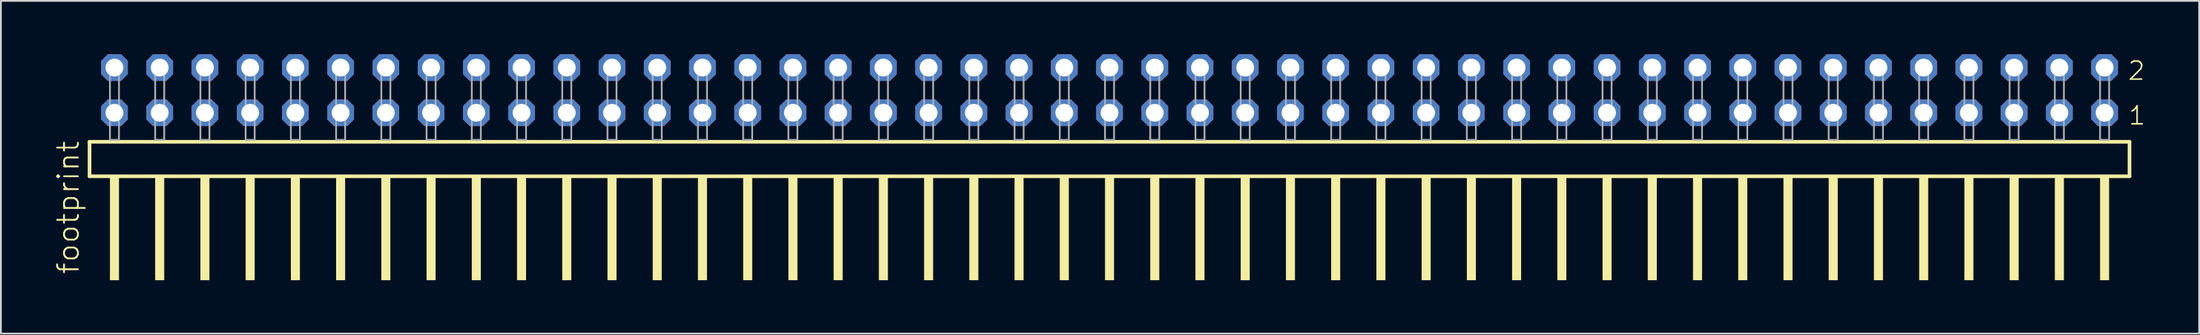
<source format=kicad_pcb>
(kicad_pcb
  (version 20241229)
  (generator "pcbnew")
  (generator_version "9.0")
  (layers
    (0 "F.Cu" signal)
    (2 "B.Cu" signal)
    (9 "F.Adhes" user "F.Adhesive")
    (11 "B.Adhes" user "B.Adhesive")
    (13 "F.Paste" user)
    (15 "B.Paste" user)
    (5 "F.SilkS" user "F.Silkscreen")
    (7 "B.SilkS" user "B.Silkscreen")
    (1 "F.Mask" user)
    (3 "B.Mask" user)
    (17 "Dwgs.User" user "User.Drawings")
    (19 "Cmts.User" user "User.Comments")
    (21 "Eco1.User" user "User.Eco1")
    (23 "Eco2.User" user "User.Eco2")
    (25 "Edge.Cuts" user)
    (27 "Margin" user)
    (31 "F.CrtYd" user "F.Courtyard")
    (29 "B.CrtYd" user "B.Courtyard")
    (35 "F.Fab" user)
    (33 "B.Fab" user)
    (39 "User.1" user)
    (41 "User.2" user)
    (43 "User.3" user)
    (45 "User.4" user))
  (footprint "footprint"
    (layer "F.Cu")
    (at 59.258 4.814)
    (property "Reference" "footprint" (at -57.785 7.62 90) (layer "F.SilkS") (effects (font (size 1.168 1.168) (thickness 0.102)) (justify left bottom)))
    (fp_line (start -57.279 0.106) (end -57.279 2.046) (stroke (width 0.203) (type solid)) (layer "F.SilkS"))
    (fp_line (start -57.279 2.046) (end 57.279 2.046) (stroke (width 0.203) (type solid)) (layer "F.SilkS"))
    (fp_line (start 57.279 0.106) (end -57.279 0.106) (stroke (width 0.203) (type solid)) (layer "F.SilkS"))
    (fp_line (start 57.279 2.046) (end 57.279 0.106) (stroke (width 0.203) (type solid)) (layer "F.SilkS"))
    (fp_poly (pts (xy -56.134 7.89) (xy -55.626 7.89) (xy -55.626 2.04) (xy -56.134 2.04)) (stroke (width 0) (type solid)) (fill yes) (layer "F.SilkS"))
    (fp_poly (pts (xy -53.594 7.89) (xy -53.086 7.89) (xy -53.086 2.04) (xy -53.594 2.04)) (stroke (width 0) (type solid)) (fill yes) (layer "F.SilkS"))
    (fp_poly (pts (xy -51.054 7.89) (xy -50.546 7.89) (xy -50.546 2.04) (xy -51.054 2.04)) (stroke (width 0) (type solid)) (fill yes) (layer "F.SilkS"))
    (fp_poly (pts (xy -48.514 7.89) (xy -48.006 7.89) (xy -48.006 2.04) (xy -48.514 2.04)) (stroke (width 0) (type solid)) (fill yes) (layer "F.SilkS"))
    (fp_poly (pts (xy -45.974 7.89) (xy -45.466 7.89) (xy -45.466 2.04) (xy -45.974 2.04)) (stroke (width 0) (type solid)) (fill yes) (layer "F.SilkS"))
    (fp_poly (pts (xy -43.434 7.89) (xy -42.926 7.89) (xy -42.926 2.04) (xy -43.434 2.04)) (stroke (width 0) (type solid)) (fill yes) (layer "F.SilkS"))
    (fp_poly (pts (xy -40.894 7.89) (xy -40.386 7.89) (xy -40.386 2.04) (xy -40.894 2.04)) (stroke (width 0) (type solid)) (fill yes) (layer "F.SilkS"))
    (fp_poly (pts (xy -38.354 7.89) (xy -37.846 7.89) (xy -37.846 2.04) (xy -38.354 2.04)) (stroke (width 0) (type solid)) (fill yes) (layer "F.SilkS"))
    (fp_poly (pts (xy -35.814 7.89) (xy -35.306 7.89) (xy -35.306 2.04) (xy -35.814 2.04)) (stroke (width 0) (type solid)) (fill yes) (layer "F.SilkS"))
    (fp_poly (pts (xy -33.274 7.89) (xy -32.766 7.89) (xy -32.766 2.04) (xy -33.274 2.04)) (stroke (width 0) (type solid)) (fill yes) (layer "F.SilkS"))
    (fp_poly (pts (xy -30.734 7.89) (xy -30.226 7.89) (xy -30.226 2.04) (xy -30.734 2.04)) (stroke (width 0) (type solid)) (fill yes) (layer "F.SilkS"))
    (fp_poly (pts (xy -28.194 7.89) (xy -27.686 7.89) (xy -27.686 2.04) (xy -28.194 2.04)) (stroke (width 0) (type solid)) (fill yes) (layer "F.SilkS"))
    (fp_poly (pts (xy -25.654 7.89) (xy -25.146 7.89) (xy -25.146 2.04) (xy -25.654 2.04)) (stroke (width 0) (type solid)) (fill yes) (layer "F.SilkS"))
    (fp_poly (pts (xy -23.114 7.89) (xy -22.606 7.89) (xy -22.606 2.04) (xy -23.114 2.04)) (stroke (width 0) (type solid)) (fill yes) (layer "F.SilkS"))
    (fp_poly (pts (xy -20.574 7.89) (xy -20.066 7.89) (xy -20.066 2.04) (xy -20.574 2.04)) (stroke (width 0) (type solid)) (fill yes) (layer "F.SilkS"))
    (fp_poly (pts (xy -18.034 7.89) (xy -17.526 7.89) (xy -17.526 2.04) (xy -18.034 2.04)) (stroke (width 0) (type solid)) (fill yes) (layer "F.SilkS"))
    (fp_poly (pts (xy -15.494 7.89) (xy -14.986 7.89) (xy -14.986 2.04) (xy -15.494 2.04)) (stroke (width 0) (type solid)) (fill yes) (layer "F.SilkS"))
    (fp_poly (pts (xy -12.954 7.89) (xy -12.446 7.89) (xy -12.446 2.04) (xy -12.954 2.04)) (stroke (width 0) (type solid)) (fill yes) (layer "F.SilkS"))
    (fp_poly (pts (xy -10.414 7.89) (xy -9.906 7.89) (xy -9.906 2.04) (xy -10.414 2.04)) (stroke (width 0) (type solid)) (fill yes) (layer "F.SilkS"))
    (fp_poly (pts (xy -7.874 7.89) (xy -7.366 7.89) (xy -7.366 2.04) (xy -7.874 2.04)) (stroke (width 0) (type solid)) (fill yes) (layer "F.SilkS"))
    (fp_poly (pts (xy -5.334 7.89) (xy -4.826 7.89) (xy -4.826 2.04) (xy -5.334 2.04)) (stroke (width 0) (type solid)) (fill yes) (layer "F.SilkS"))
    (fp_poly (pts (xy -2.794 7.89) (xy -2.286 7.89) (xy -2.286 2.04) (xy -2.794 2.04)) (stroke (width 0) (type solid)) (fill yes) (layer "F.SilkS"))
    (fp_poly (pts (xy -0.254 7.89) (xy 0.254 7.89) (xy 0.254 2.04) (xy -0.254 2.04)) (stroke (width 0) (type solid)) (fill yes) (layer "F.SilkS"))
    (fp_poly (pts (xy 2.286 7.89) (xy 2.794 7.89) (xy 2.794 2.04) (xy 2.286 2.04)) (stroke (width 0) (type solid)) (fill yes) (layer "F.SilkS"))
    (fp_poly (pts (xy 4.826 7.89) (xy 5.334 7.89) (xy 5.334 2.04) (xy 4.826 2.04)) (stroke (width 0) (type solid)) (fill yes) (layer "F.SilkS"))
    (fp_poly (pts (xy 7.366 7.89) (xy 7.874 7.89) (xy 7.874 2.04) (xy 7.366 2.04)) (stroke (width 0) (type solid)) (fill yes) (layer "F.SilkS"))
    (fp_poly (pts (xy 9.906 7.89) (xy 10.414 7.89) (xy 10.414 2.04) (xy 9.906 2.04)) (stroke (width 0) (type solid)) (fill yes) (layer "F.SilkS"))
    (fp_poly (pts (xy 12.446 7.89) (xy 12.954 7.89) (xy 12.954 2.04) (xy 12.446 2.04)) (stroke (width 0) (type solid)) (fill yes) (layer "F.SilkS"))
    (fp_poly (pts (xy 14.986 7.89) (xy 15.494 7.89) (xy 15.494 2.04) (xy 14.986 2.04)) (stroke (width 0) (type solid)) (fill yes) (layer "F.SilkS"))
    (fp_poly (pts (xy 17.526 7.89) (xy 18.034 7.89) (xy 18.034 2.04) (xy 17.526 2.04)) (stroke (width 0) (type solid)) (fill yes) (layer "F.SilkS"))
    (fp_poly (pts (xy 20.066 7.89) (xy 20.574 7.89) (xy 20.574 2.04) (xy 20.066 2.04)) (stroke (width 0) (type solid)) (fill yes) (layer "F.SilkS"))
    (fp_poly (pts (xy 22.606 7.89) (xy 23.114 7.89) (xy 23.114 2.04) (xy 22.606 2.04)) (stroke (width 0) (type solid)) (fill yes) (layer "F.SilkS"))
    (fp_poly (pts (xy 25.146 7.89) (xy 25.654 7.89) (xy 25.654 2.04) (xy 25.146 2.04)) (stroke (width 0) (type solid)) (fill yes) (layer "F.SilkS"))
    (fp_poly (pts (xy 27.686 7.89) (xy 28.194 7.89) (xy 28.194 2.04) (xy 27.686 2.04)) (stroke (width 0) (type solid)) (fill yes) (layer "F.SilkS"))
    (fp_poly (pts (xy 30.226 7.89) (xy 30.734 7.89) (xy 30.734 2.04) (xy 30.226 2.04)) (stroke (width 0) (type solid)) (fill yes) (layer "F.SilkS"))
    (fp_poly (pts (xy 32.766 7.89) (xy 33.274 7.89) (xy 33.274 2.04) (xy 32.766 2.04)) (stroke (width 0) (type solid)) (fill yes) (layer "F.SilkS"))
    (fp_poly (pts (xy 35.306 7.89) (xy 35.814 7.89) (xy 35.814 2.04) (xy 35.306 2.04)) (stroke (width 0) (type solid)) (fill yes) (layer "F.SilkS"))
    (fp_poly (pts (xy 37.846 7.89) (xy 38.354 7.89) (xy 38.354 2.04) (xy 37.846 2.04)) (stroke (width 0) (type solid)) (fill yes) (layer "F.SilkS"))
    (fp_poly (pts (xy 40.386 7.89) (xy 40.894 7.89) (xy 40.894 2.04) (xy 40.386 2.04)) (stroke (width 0) (type solid)) (fill yes) (layer "F.SilkS"))
    (fp_poly (pts (xy 42.926 7.89) (xy 43.434 7.89) (xy 43.434 2.04) (xy 42.926 2.04)) (stroke (width 0) (type solid)) (fill yes) (layer "F.SilkS"))
    (fp_poly (pts (xy 45.466 7.89) (xy 45.974 7.89) (xy 45.974 2.04) (xy 45.466 2.04)) (stroke (width 0) (type solid)) (fill yes) (layer "F.SilkS"))
    (fp_poly (pts (xy 48.006 7.89) (xy 48.514 7.89) (xy 48.514 2.04) (xy 48.006 2.04)) (stroke (width 0) (type solid)) (fill yes) (layer "F.SilkS"))
    (fp_poly (pts (xy 50.546 7.89) (xy 51.054 7.89) (xy 51.054 2.04) (xy 50.546 2.04)) (stroke (width 0) (type solid)) (fill yes) (layer "F.SilkS"))
    (fp_poly (pts (xy 53.086 7.89) (xy 53.594 7.89) (xy 53.594 2.04) (xy 53.086 2.04)) (stroke (width 0) (type solid)) (fill yes) (layer "F.SilkS"))
    (fp_poly (pts (xy 55.626 7.89) (xy 56.134 7.89) (xy 56.134 2.04) (xy 55.626 2.04)) (stroke (width 0) (type solid)) (fill yes) (layer "F.SilkS"))
    (fp_poly (pts (xy -56.134 0) (xy -55.626 0) (xy -55.626 -4.318) (xy -56.134 -4.318)) (stroke (width 0.1) (type solid)) (fill no) (layer "F.Fab"))
    (fp_poly (pts (xy -53.594 0) (xy -53.086 0) (xy -53.086 -4.318) (xy -53.594 -4.318)) (stroke (width 0.1) (type solid)) (fill no) (layer "F.Fab"))
    (fp_poly (pts (xy -51.054 0) (xy -50.546 0) (xy -50.546 -4.318) (xy -51.054 -4.318)) (stroke (width 0.1) (type solid)) (fill no) (layer "F.Fab"))
    (fp_poly (pts (xy -48.514 0) (xy -48.006 0) (xy -48.006 -4.318) (xy -48.514 -4.318)) (stroke (width 0.1) (type solid)) (fill no) (layer "F.Fab"))
    (fp_poly (pts (xy -45.974 0) (xy -45.466 0) (xy -45.466 -4.318) (xy -45.974 -4.318)) (stroke (width 0.1) (type solid)) (fill no) (layer "F.Fab"))
    (fp_poly (pts (xy -43.434 0) (xy -42.926 0) (xy -42.926 -4.318) (xy -43.434 -4.318)) (stroke (width 0.1) (type solid)) (fill no) (layer "F.Fab"))
    (fp_poly (pts (xy -40.894 0) (xy -40.386 0) (xy -40.386 -4.318) (xy -40.894 -4.318)) (stroke (width 0.1) (type solid)) (fill no) (layer "F.Fab"))
    (fp_poly (pts (xy -38.354 0) (xy -37.846 0) (xy -37.846 -4.318) (xy -38.354 -4.318)) (stroke (width 0.1) (type solid)) (fill no) (layer "F.Fab"))
    (fp_poly (pts (xy -35.814 0) (xy -35.306 0) (xy -35.306 -4.318) (xy -35.814 -4.318)) (stroke (width 0.1) (type solid)) (fill no) (layer "F.Fab"))
    (fp_poly (pts (xy -33.274 0) (xy -32.766 0) (xy -32.766 -4.318) (xy -33.274 -4.318)) (stroke (width 0.1) (type solid)) (fill no) (layer "F.Fab"))
    (fp_poly (pts (xy -30.734 0) (xy -30.226 0) (xy -30.226 -4.318) (xy -30.734 -4.318)) (stroke (width 0.1) (type solid)) (fill no) (layer "F.Fab"))
    (fp_poly (pts (xy -28.194 0) (xy -27.686 0) (xy -27.686 -4.318) (xy -28.194 -4.318)) (stroke (width 0.1) (type solid)) (fill no) (layer "F.Fab"))
    (fp_poly (pts (xy -25.654 0) (xy -25.146 0) (xy -25.146 -4.318) (xy -25.654 -4.318)) (stroke (width 0.1) (type solid)) (fill no) (layer "F.Fab"))
    (fp_poly (pts (xy -23.114 0) (xy -22.606 0) (xy -22.606 -4.318) (xy -23.114 -4.318)) (stroke (width 0.1) (type solid)) (fill no) (layer "F.Fab"))
    (fp_poly (pts (xy -20.574 0) (xy -20.066 0) (xy -20.066 -4.318) (xy -20.574 -4.318)) (stroke (width 0.1) (type solid)) (fill no) (layer "F.Fab"))
    (fp_poly (pts (xy -18.034 0) (xy -17.526 0) (xy -17.526 -4.318) (xy -18.034 -4.318)) (stroke (width 0.1) (type solid)) (fill no) (layer "F.Fab"))
    (fp_poly (pts (xy -15.494 0) (xy -14.986 0) (xy -14.986 -4.318) (xy -15.494 -4.318)) (stroke (width 0.1) (type solid)) (fill no) (layer "F.Fab"))
    (fp_poly (pts (xy -12.954 0) (xy -12.446 0) (xy -12.446 -4.318) (xy -12.954 -4.318)) (stroke (width 0.1) (type solid)) (fill no) (layer "F.Fab"))
    (fp_poly (pts (xy -10.414 0) (xy -9.906 0) (xy -9.906 -4.318) (xy -10.414 -4.318)) (stroke (width 0.1) (type solid)) (fill no) (layer "F.Fab"))
    (fp_poly (pts (xy -7.874 0) (xy -7.366 0) (xy -7.366 -4.318) (xy -7.874 -4.318)) (stroke (width 0.1) (type solid)) (fill no) (layer "F.Fab"))
    (fp_poly (pts (xy -5.334 0) (xy -4.826 0) (xy -4.826 -4.318) (xy -5.334 -4.318)) (stroke (width 0.1) (type solid)) (fill no) (layer "F.Fab"))
    (fp_poly (pts (xy -2.794 0) (xy -2.286 0) (xy -2.286 -4.318) (xy -2.794 -4.318)) (stroke (width 0.1) (type solid)) (fill no) (layer "F.Fab"))
    (fp_poly (pts (xy -0.254 0) (xy 0.254 0) (xy 0.254 -4.318) (xy -0.254 -4.318)) (stroke (width 0.1) (type solid)) (fill no) (layer "F.Fab"))
    (fp_poly (pts (xy 2.286 0) (xy 2.794 0) (xy 2.794 -4.318) (xy 2.286 -4.318)) (stroke (width 0.1) (type solid)) (fill no) (layer "F.Fab"))
    (fp_poly (pts (xy 4.826 0) (xy 5.334 0) (xy 5.334 -4.318) (xy 4.826 -4.318)) (stroke (width 0.1) (type solid)) (fill no) (layer "F.Fab"))
    (fp_poly (pts (xy 7.366 0) (xy 7.874 0) (xy 7.874 -4.318) (xy 7.366 -4.318)) (stroke (width 0.1) (type solid)) (fill no) (layer "F.Fab"))
    (fp_poly (pts (xy 9.906 0) (xy 10.414 0) (xy 10.414 -4.318) (xy 9.906 -4.318)) (stroke (width 0.1) (type solid)) (fill no) (layer "F.Fab"))
    (fp_poly (pts (xy 12.446 0) (xy 12.954 0) (xy 12.954 -4.318) (xy 12.446 -4.318)) (stroke (width 0.1) (type solid)) (fill no) (layer "F.Fab"))
    (fp_poly (pts (xy 14.986 0) (xy 15.494 0) (xy 15.494 -4.318) (xy 14.986 -4.318)) (stroke (width 0.1) (type solid)) (fill no) (layer "F.Fab"))
    (fp_poly (pts (xy 17.526 0) (xy 18.034 0) (xy 18.034 -4.318) (xy 17.526 -4.318)) (stroke (width 0.1) (type solid)) (fill no) (layer "F.Fab"))
    (fp_poly (pts (xy 20.066 0) (xy 20.574 0) (xy 20.574 -4.318) (xy 20.066 -4.318)) (stroke (width 0.1) (type solid)) (fill no) (layer "F.Fab"))
    (fp_poly (pts (xy 22.606 0) (xy 23.114 0) (xy 23.114 -4.318) (xy 22.606 -4.318)) (stroke (width 0.1) (type solid)) (fill no) (layer "F.Fab"))
    (fp_poly (pts (xy 25.146 0) (xy 25.654 0) (xy 25.654 -4.318) (xy 25.146 -4.318)) (stroke (width 0.1) (type solid)) (fill no) (layer "F.Fab"))
    (fp_poly (pts (xy 27.686 0) (xy 28.194 0) (xy 28.194 -4.318) (xy 27.686 -4.318)) (stroke (width 0.1) (type solid)) (fill no) (layer "F.Fab"))
    (fp_poly (pts (xy 30.226 0) (xy 30.734 0) (xy 30.734 -4.318) (xy 30.226 -4.318)) (stroke (width 0.1) (type solid)) (fill no) (layer "F.Fab"))
    (fp_poly (pts (xy 32.766 0) (xy 33.274 0) (xy 33.274 -4.318) (xy 32.766 -4.318)) (stroke (width 0.1) (type solid)) (fill no) (layer "F.Fab"))
    (fp_poly (pts (xy 35.306 0) (xy 35.814 0) (xy 35.814 -4.318) (xy 35.306 -4.318)) (stroke (width 0.1) (type solid)) (fill no) (layer "F.Fab"))
    (fp_poly (pts (xy 37.846 0) (xy 38.354 0) (xy 38.354 -4.318) (xy 37.846 -4.318)) (stroke (width 0.1) (type solid)) (fill no) (layer "F.Fab"))
    (fp_poly (pts (xy 40.386 0) (xy 40.894 0) (xy 40.894 -4.318) (xy 40.386 -4.318)) (stroke (width 0.1) (type solid)) (fill no) (layer "F.Fab"))
    (fp_poly (pts (xy 42.926 0) (xy 43.434 0) (xy 43.434 -4.318) (xy 42.926 -4.318)) (stroke (width 0.1) (type solid)) (fill no) (layer "F.Fab"))
    (fp_poly (pts (xy 45.466 0) (xy 45.974 0) (xy 45.974 -4.318) (xy 45.466 -4.318)) (stroke (width 0.1) (type solid)) (fill no) (layer "F.Fab"))
    (fp_poly (pts (xy 48.006 0) (xy 48.514 0) (xy 48.514 -4.318) (xy 48.006 -4.318)) (stroke (width 0.1) (type solid)) (fill no) (layer "F.Fab"))
    (fp_poly (pts (xy 50.546 0) (xy 51.054 0) (xy 51.054 -4.318) (xy 50.546 -4.318)) (stroke (width 0.1) (type solid)) (fill no) (layer "F.Fab"))
    (fp_poly (pts (xy 53.086 0) (xy 53.594 0) (xy 53.594 -4.318) (xy 53.086 -4.318)) (stroke (width 0.1) (type solid)) (fill no) (layer "F.Fab"))
    (fp_poly (pts (xy 55.626 0) (xy 56.134 0) (xy 56.134 -4.318) (xy 55.626 -4.318)) (stroke (width 0.1) (type solid)) (fill no) (layer "F.Fab"))
    (fp_text user "2" (at 57.13 -3.29 0) (layer "F.SilkS") (effects (font (size 1.012 1.012) (thickness 0.088)) (justify left bottom)))
    (fp_text user "1" (at 57.165 -0.775 0) (layer "F.SilkS") (effects (font (size 1.012 1.012) (thickness 0.088)) (justify left bottom)))
    (pad "1" thru_hole roundrect (at 55.88 -1.524 180) (size 1.5 1.5) (drill 1) (layers "*.Cu" "*.Mask") (roundrect_rratio 0.25) (chamfer_ratio 0.25) (chamfer top_left top_right bottom_left bottom_right))
    (pad "2" thru_hole roundrect (at 55.88 -4.064 180) (size 1.5 1.5) (drill 1) (layers "*.Cu" "*.Mask") (roundrect_rratio 0.25) (chamfer_ratio 0.25) (chamfer top_left top_right bottom_left bottom_right))
    (pad "3" thru_hole roundrect (at 53.34 -1.524 180) (size 1.5 1.5) (drill 1) (layers "*.Cu" "*.Mask") (roundrect_rratio 0.25) (chamfer_ratio 0.25) (chamfer top_left top_right bottom_left bottom_right))
    (pad "4" thru_hole roundrect (at 53.34 -4.064 180) (size 1.5 1.5) (drill 1) (layers "*.Cu" "*.Mask") (roundrect_rratio 0.25) (chamfer_ratio 0.25) (chamfer top_left top_right bottom_left bottom_right))
    (pad "5" thru_hole roundrect (at 50.8 -1.524 180) (size 1.5 1.5) (drill 1) (layers "*.Cu" "*.Mask") (roundrect_rratio 0.25) (chamfer_ratio 0.25) (chamfer top_left top_right bottom_left bottom_right))
    (pad "6" thru_hole roundrect (at 50.8 -4.064 180) (size 1.5 1.5) (drill 1) (layers "*.Cu" "*.Mask") (roundrect_rratio 0.25) (chamfer_ratio 0.25) (chamfer top_left top_right bottom_left bottom_right))
    (pad "7" thru_hole roundrect (at 48.26 -1.524 180) (size 1.5 1.5) (drill 1) (layers "*.Cu" "*.Mask") (roundrect_rratio 0.25) (chamfer_ratio 0.25) (chamfer top_left top_right bottom_left bottom_right))
    (pad "8" thru_hole roundrect (at 48.26 -4.064 180) (size 1.5 1.5) (drill 1) (layers "*.Cu" "*.Mask") (roundrect_rratio 0.25) (chamfer_ratio 0.25) (chamfer top_left top_right bottom_left bottom_right))
    (pad "9" thru_hole roundrect (at 45.72 -1.524 180) (size 1.5 1.5) (drill 1) (layers "*.Cu" "*.Mask") (roundrect_rratio 0.25) (chamfer_ratio 0.25) (chamfer top_left top_right bottom_left bottom_right))
    (pad "10" thru_hole roundrect (at 45.72 -4.064 180) (size 1.5 1.5) (drill 1) (layers "*.Cu" "*.Mask") (roundrect_rratio 0.25) (chamfer_ratio 0.25) (chamfer top_left top_right bottom_left bottom_right))
    (pad "11" thru_hole roundrect (at 43.18 -1.524 180) (size 1.5 1.5) (drill 1) (layers "*.Cu" "*.Mask") (roundrect_rratio 0.25) (chamfer_ratio 0.25) (chamfer top_left top_right bottom_left bottom_right))
    (pad "12" thru_hole roundrect (at 43.18 -4.064 180) (size 1.5 1.5) (drill 1) (layers "*.Cu" "*.Mask") (roundrect_rratio 0.25) (chamfer_ratio 0.25) (chamfer top_left top_right bottom_left bottom_right))
    (pad "13" thru_hole roundrect (at 40.64 -1.524 180) (size 1.5 1.5) (drill 1) (layers "*.Cu" "*.Mask") (roundrect_rratio 0.25) (chamfer_ratio 0.25) (chamfer top_left top_right bottom_left bottom_right))
    (pad "14" thru_hole roundrect (at 40.64 -4.064 180) (size 1.5 1.5) (drill 1) (layers "*.Cu" "*.Mask") (roundrect_rratio 0.25) (chamfer_ratio 0.25) (chamfer top_left top_right bottom_left bottom_right))
    (pad "15" thru_hole roundrect (at 38.1 -1.524 180) (size 1.5 1.5) (drill 1) (layers "*.Cu" "*.Mask") (roundrect_rratio 0.25) (chamfer_ratio 0.25) (chamfer top_left top_right bottom_left bottom_right))
    (pad "16" thru_hole roundrect (at 38.1 -4.064 180) (size 1.5 1.5) (drill 1) (layers "*.Cu" "*.Mask") (roundrect_rratio 0.25) (chamfer_ratio 0.25) (chamfer top_left top_right bottom_left bottom_right))
    (pad "17" thru_hole roundrect (at 35.56 -1.524 180) (size 1.5 1.5) (drill 1) (layers "*.Cu" "*.Mask") (roundrect_rratio 0.25) (chamfer_ratio 0.25) (chamfer top_left top_right bottom_left bottom_right))
    (pad "18" thru_hole roundrect (at 35.56 -4.064 180) (size 1.5 1.5) (drill 1) (layers "*.Cu" "*.Mask") (roundrect_rratio 0.25) (chamfer_ratio 0.25) (chamfer top_left top_right bottom_left bottom_right))
    (pad "19" thru_hole roundrect (at 33.02 -1.524 180) (size 1.5 1.5) (drill 1) (layers "*.Cu" "*.Mask") (roundrect_rratio 0.25) (chamfer_ratio 0.25) (chamfer top_left top_right bottom_left bottom_right))
    (pad "20" thru_hole roundrect (at 33.02 -4.064 180) (size 1.5 1.5) (drill 1) (layers "*.Cu" "*.Mask") (roundrect_rratio 0.25) (chamfer_ratio 0.25) (chamfer top_left top_right bottom_left bottom_right))
    (pad "21" thru_hole roundrect (at 30.48 -1.524 180) (size 1.5 1.5) (drill 1) (layers "*.Cu" "*.Mask") (roundrect_rratio 0.25) (chamfer_ratio 0.25) (chamfer top_left top_right bottom_left bottom_right))
    (pad "22" thru_hole roundrect (at 30.48 -4.064 180) (size 1.5 1.5) (drill 1) (layers "*.Cu" "*.Mask") (roundrect_rratio 0.25) (chamfer_ratio 0.25) (chamfer top_left top_right bottom_left bottom_right))
    (pad "23" thru_hole roundrect (at 27.94 -1.524 180) (size 1.5 1.5) (drill 1) (layers "*.Cu" "*.Mask") (roundrect_rratio 0.25) (chamfer_ratio 0.25) (chamfer top_left top_right bottom_left bottom_right))
    (pad "24" thru_hole roundrect (at 27.94 -4.064 180) (size 1.5 1.5) (drill 1) (layers "*.Cu" "*.Mask") (roundrect_rratio 0.25) (chamfer_ratio 0.25) (chamfer top_left top_right bottom_left bottom_right))
    (pad "25" thru_hole roundrect (at 25.4 -1.524 180) (size 1.5 1.5) (drill 1) (layers "*.Cu" "*.Mask") (roundrect_rratio 0.25) (chamfer_ratio 0.25) (chamfer top_left top_right bottom_left bottom_right))
    (pad "26" thru_hole roundrect (at 25.4 -4.064 180) (size 1.5 1.5) (drill 1) (layers "*.Cu" "*.Mask") (roundrect_rratio 0.25) (chamfer_ratio 0.25) (chamfer top_left top_right bottom_left bottom_right))
    (pad "27" thru_hole roundrect (at 22.86 -1.524 180) (size 1.5 1.5) (drill 1) (layers "*.Cu" "*.Mask") (roundrect_rratio 0.25) (chamfer_ratio 0.25) (chamfer top_left top_right bottom_left bottom_right))
    (pad "28" thru_hole roundrect (at 22.86 -4.064 180) (size 1.5 1.5) (drill 1) (layers "*.Cu" "*.Mask") (roundrect_rratio 0.25) (chamfer_ratio 0.25) (chamfer top_left top_right bottom_left bottom_right))
    (pad "29" thru_hole roundrect (at 20.32 -1.524 180) (size 1.5 1.5) (drill 1) (layers "*.Cu" "*.Mask") (roundrect_rratio 0.25) (chamfer_ratio 0.25) (chamfer top_left top_right bottom_left bottom_right))
    (pad "30" thru_hole roundrect (at 20.32 -4.064 180) (size 1.5 1.5) (drill 1) (layers "*.Cu" "*.Mask") (roundrect_rratio 0.25) (chamfer_ratio 0.25) (chamfer top_left top_right bottom_left bottom_right))
    (pad "31" thru_hole roundrect (at 17.78 -1.524 180) (size 1.5 1.5) (drill 1) (layers "*.Cu" "*.Mask") (roundrect_rratio 0.25) (chamfer_ratio 0.25) (chamfer top_left top_right bottom_left bottom_right))
    (pad "32" thru_hole roundrect (at 17.78 -4.064 180) (size 1.5 1.5) (drill 1) (layers "*.Cu" "*.Mask") (roundrect_rratio 0.25) (chamfer_ratio 0.25) (chamfer top_left top_right bottom_left bottom_right))
    (pad "33" thru_hole roundrect (at 15.24 -1.524 180) (size 1.5 1.5) (drill 1) (layers "*.Cu" "*.Mask") (roundrect_rratio 0.25) (chamfer_ratio 0.25) (chamfer top_left top_right bottom_left bottom_right))
    (pad "34" thru_hole roundrect (at 15.24 -4.064 180) (size 1.5 1.5) (drill 1) (layers "*.Cu" "*.Mask") (roundrect_rratio 0.25) (chamfer_ratio 0.25) (chamfer top_left top_right bottom_left bottom_right))
    (pad "35" thru_hole roundrect (at 12.7 -1.524 180) (size 1.5 1.5) (drill 1) (layers "*.Cu" "*.Mask") (roundrect_rratio 0.25) (chamfer_ratio 0.25) (chamfer top_left top_right bottom_left bottom_right))
    (pad "36" thru_hole roundrect (at 12.7 -4.064 180) (size 1.5 1.5) (drill 1) (layers "*.Cu" "*.Mask") (roundrect_rratio 0.25) (chamfer_ratio 0.25) (chamfer top_left top_right bottom_left bottom_right))
    (pad "37" thru_hole roundrect (at 10.16 -1.524 180) (size 1.5 1.5) (drill 1) (layers "*.Cu" "*.Mask") (roundrect_rratio 0.25) (chamfer_ratio 0.25) (chamfer top_left top_right bottom_left bottom_right))
    (pad "38" thru_hole roundrect (at 10.16 -4.064 180) (size 1.5 1.5) (drill 1) (layers "*.Cu" "*.Mask") (roundrect_rratio 0.25) (chamfer_ratio 0.25) (chamfer top_left top_right bottom_left bottom_right))
    (pad "39" thru_hole roundrect (at 7.62 -1.524 180) (size 1.5 1.5) (drill 1) (layers "*.Cu" "*.Mask") (roundrect_rratio 0.25) (chamfer_ratio 0.25) (chamfer top_left top_right bottom_left bottom_right))
    (pad "40" thru_hole roundrect (at 7.62 -4.064 180) (size 1.5 1.5) (drill 1) (layers "*.Cu" "*.Mask") (roundrect_rratio 0.25) (chamfer_ratio 0.25) (chamfer top_left top_right bottom_left bottom_right))
    (pad "41" thru_hole roundrect (at 5.08 -1.524 180) (size 1.5 1.5) (drill 1) (layers "*.Cu" "*.Mask") (roundrect_rratio 0.25) (chamfer_ratio 0.25) (chamfer top_left top_right bottom_left bottom_right))
    (pad "42" thru_hole roundrect (at 5.08 -4.064 180) (size 1.5 1.5) (drill 1) (layers "*.Cu" "*.Mask") (roundrect_rratio 0.25) (chamfer_ratio 0.25) (chamfer top_left top_right bottom_left bottom_right))
    (pad "43" thru_hole roundrect (at 2.54 -1.524 180) (size 1.5 1.5) (drill 1) (layers "*.Cu" "*.Mask") (roundrect_rratio 0.25) (chamfer_ratio 0.25) (chamfer top_left top_right bottom_left bottom_right))
    (pad "44" thru_hole roundrect (at 2.54 -4.064 180) (size 1.5 1.5) (drill 1) (layers "*.Cu" "*.Mask") (roundrect_rratio 0.25) (chamfer_ratio 0.25) (chamfer top_left top_right bottom_left bottom_right))
    (pad "45" thru_hole roundrect (at 0 -1.524 180) (size 1.5 1.5) (drill 1) (layers "*.Cu" "*.Mask") (roundrect_rratio 0.25) (chamfer_ratio 0.25) (chamfer top_left top_right bottom_left bottom_right))
    (pad "46" thru_hole roundrect (at 0 -4.064 180) (size 1.5 1.5) (drill 1) (layers "*.Cu" "*.Mask") (roundrect_rratio 0.25) (chamfer_ratio 0.25) (chamfer top_left top_right bottom_left bottom_right))
    (pad "47" thru_hole roundrect (at -2.54 -1.524 180) (size 1.5 1.5) (drill 1) (layers "*.Cu" "*.Mask") (roundrect_rratio 0.25) (chamfer_ratio 0.25) (chamfer top_left top_right bottom_left bottom_right))
    (pad "48" thru_hole roundrect (at -2.54 -4.064 180) (size 1.5 1.5) (drill 1) (layers "*.Cu" "*.Mask") (roundrect_rratio 0.25) (chamfer_ratio 0.25) (chamfer top_left top_right bottom_left bottom_right))
    (pad "49" thru_hole roundrect (at -5.08 -1.524 180) (size 1.5 1.5) (drill 1) (layers "*.Cu" "*.Mask") (roundrect_rratio 0.25) (chamfer_ratio 0.25) (chamfer top_left top_right bottom_left bottom_right))
    (pad "50" thru_hole roundrect (at -5.08 -4.064 180) (size 1.5 1.5) (drill 1) (layers "*.Cu" "*.Mask") (roundrect_rratio 0.25) (chamfer_ratio 0.25) (chamfer top_left top_right bottom_left bottom_right))
    (pad "51" thru_hole roundrect (at -7.62 -1.524 180) (size 1.5 1.5) (drill 1) (layers "*.Cu" "*.Mask") (roundrect_rratio 0.25) (chamfer_ratio 0.25) (chamfer top_left top_right bottom_left bottom_right))
    (pad "52" thru_hole roundrect (at -7.62 -4.064 180) (size 1.5 1.5) (drill 1) (layers "*.Cu" "*.Mask") (roundrect_rratio 0.25) (chamfer_ratio 0.25) (chamfer top_left top_right bottom_left bottom_right))
    (pad "53" thru_hole roundrect (at -10.16 -1.524 180) (size 1.5 1.5) (drill 1) (layers "*.Cu" "*.Mask") (roundrect_rratio 0.25) (chamfer_ratio 0.25) (chamfer top_left top_right bottom_left bottom_right))
    (pad "54" thru_hole roundrect (at -10.16 -4.064 180) (size 1.5 1.5) (drill 1) (layers "*.Cu" "*.Mask") (roundrect_rratio 0.25) (chamfer_ratio 0.25) (chamfer top_left top_right bottom_left bottom_right))
    (pad "55" thru_hole roundrect (at -12.7 -1.524 180) (size 1.5 1.5) (drill 1) (layers "*.Cu" "*.Mask") (roundrect_rratio 0.25) (chamfer_ratio 0.25) (chamfer top_left top_right bottom_left bottom_right))
    (pad "56" thru_hole roundrect (at -12.7 -4.064 180) (size 1.5 1.5) (drill 1) (layers "*.Cu" "*.Mask") (roundrect_rratio 0.25) (chamfer_ratio 0.25) (chamfer top_left top_right bottom_left bottom_right))
    (pad "57" thru_hole roundrect (at -15.24 -1.524 180) (size 1.5 1.5) (drill 1) (layers "*.Cu" "*.Mask") (roundrect_rratio 0.25) (chamfer_ratio 0.25) (chamfer top_left top_right bottom_left bottom_right))
    (pad "58" thru_hole roundrect (at -15.24 -4.064 180) (size 1.5 1.5) (drill 1) (layers "*.Cu" "*.Mask") (roundrect_rratio 0.25) (chamfer_ratio 0.25) (chamfer top_left top_right bottom_left bottom_right))
    (pad "59" thru_hole roundrect (at -17.78 -1.524 180) (size 1.5 1.5) (drill 1) (layers "*.Cu" "*.Mask") (roundrect_rratio 0.25) (chamfer_ratio 0.25) (chamfer top_left top_right bottom_left bottom_right))
    (pad "60" thru_hole roundrect (at -17.78 -4.064 180) (size 1.5 1.5) (drill 1) (layers "*.Cu" "*.Mask") (roundrect_rratio 0.25) (chamfer_ratio 0.25) (chamfer top_left top_right bottom_left bottom_right))
    (pad "61" thru_hole roundrect (at -20.32 -1.524 180) (size 1.5 1.5) (drill 1) (layers "*.Cu" "*.Mask") (roundrect_rratio 0.25) (chamfer_ratio 0.25) (chamfer top_left top_right bottom_left bottom_right))
    (pad "62" thru_hole roundrect (at -20.32 -4.064 180) (size 1.5 1.5) (drill 1) (layers "*.Cu" "*.Mask") (roundrect_rratio 0.25) (chamfer_ratio 0.25) (chamfer top_left top_right bottom_left bottom_right))
    (pad "63" thru_hole roundrect (at -22.86 -1.524 180) (size 1.5 1.5) (drill 1) (layers "*.Cu" "*.Mask") (roundrect_rratio 0.25) (chamfer_ratio 0.25) (chamfer top_left top_right bottom_left bottom_right))
    (pad "64" thru_hole roundrect (at -22.86 -4.064 180) (size 1.5 1.5) (drill 1) (layers "*.Cu" "*.Mask") (roundrect_rratio 0.25) (chamfer_ratio 0.25) (chamfer top_left top_right bottom_left bottom_right))
    (pad "65" thru_hole roundrect (at -25.4 -1.524 180) (size 1.5 1.5) (drill 1) (layers "*.Cu" "*.Mask") (roundrect_rratio 0.25) (chamfer_ratio 0.25) (chamfer top_left top_right bottom_left bottom_right))
    (pad "66" thru_hole roundrect (at -25.4 -4.064 180) (size 1.5 1.5) (drill 1) (layers "*.Cu" "*.Mask") (roundrect_rratio 0.25) (chamfer_ratio 0.25) (chamfer top_left top_right bottom_left bottom_right))
    (pad "67" thru_hole roundrect (at -27.94 -1.524 180) (size 1.5 1.5) (drill 1) (layers "*.Cu" "*.Mask") (roundrect_rratio 0.25) (chamfer_ratio 0.25) (chamfer top_left top_right bottom_left bottom_right))
    (pad "68" thru_hole roundrect (at -27.94 -4.064 180) (size 1.5 1.5) (drill 1) (layers "*.Cu" "*.Mask") (roundrect_rratio 0.25) (chamfer_ratio 0.25) (chamfer top_left top_right bottom_left bottom_right))
    (pad "69" thru_hole roundrect (at -30.48 -1.524 180) (size 1.5 1.5) (drill 1) (layers "*.Cu" "*.Mask") (roundrect_rratio 0.25) (chamfer_ratio 0.25) (chamfer top_left top_right bottom_left bottom_right))
    (pad "70" thru_hole roundrect (at -30.48 -4.064 180) (size 1.5 1.5) (drill 1) (layers "*.Cu" "*.Mask") (roundrect_rratio 0.25) (chamfer_ratio 0.25) (chamfer top_left top_right bottom_left bottom_right))
    (pad "71" thru_hole roundrect (at -33.02 -1.524 180) (size 1.5 1.5) (drill 1) (layers "*.Cu" "*.Mask") (roundrect_rratio 0.25) (chamfer_ratio 0.25) (chamfer top_left top_right bottom_left bottom_right))
    (pad "72" thru_hole roundrect (at -33.02 -4.064 180) (size 1.5 1.5) (drill 1) (layers "*.Cu" "*.Mask") (roundrect_rratio 0.25) (chamfer_ratio 0.25) (chamfer top_left top_right bottom_left bottom_right))
    (pad "73" thru_hole roundrect (at -35.56 -1.524 180) (size 1.5 1.5) (drill 1) (layers "*.Cu" "*.Mask") (roundrect_rratio 0.25) (chamfer_ratio 0.25) (chamfer top_left top_right bottom_left bottom_right))
    (pad "74" thru_hole roundrect (at -35.56 -4.064 180) (size 1.5 1.5) (drill 1) (layers "*.Cu" "*.Mask") (roundrect_rratio 0.25) (chamfer_ratio 0.25) (chamfer top_left top_right bottom_left bottom_right))
    (pad "75" thru_hole roundrect (at -38.1 -1.524 180) (size 1.5 1.5) (drill 1) (layers "*.Cu" "*.Mask") (roundrect_rratio 0.25) (chamfer_ratio 0.25) (chamfer top_left top_right bottom_left bottom_right))
    (pad "76" thru_hole roundrect (at -38.1 -4.064 180) (size 1.5 1.5) (drill 1) (layers "*.Cu" "*.Mask") (roundrect_rratio 0.25) (chamfer_ratio 0.25) (chamfer top_left top_right bottom_left bottom_right))
    (pad "77" thru_hole roundrect (at -40.64 -1.524 180) (size 1.5 1.5) (drill 1) (layers "*.Cu" "*.Mask") (roundrect_rratio 0.25) (chamfer_ratio 0.25) (chamfer top_left top_right bottom_left bottom_right))
    (pad "78" thru_hole roundrect (at -40.64 -4.064 180) (size 1.5 1.5) (drill 1) (layers "*.Cu" "*.Mask") (roundrect_rratio 0.25) (chamfer_ratio 0.25) (chamfer top_left top_right bottom_left bottom_right))
    (pad "79" thru_hole roundrect (at -43.18 -1.524 180) (size 1.5 1.5) (drill 1) (layers "*.Cu" "*.Mask") (roundrect_rratio 0.25) (chamfer_ratio 0.25) (chamfer top_left top_right bottom_left bottom_right))
    (pad "80" thru_hole roundrect (at -43.18 -4.064 180) (size 1.5 1.5) (drill 1) (layers "*.Cu" "*.Mask") (roundrect_rratio 0.25) (chamfer_ratio 0.25) (chamfer top_left top_right bottom_left bottom_right))
    (pad "81" thru_hole roundrect (at -45.72 -1.524 180) (size 1.5 1.5) (drill 1) (layers "*.Cu" "*.Mask") (roundrect_rratio 0.25) (chamfer_ratio 0.25) (chamfer top_left top_right bottom_left bottom_right))
    (pad "82" thru_hole roundrect (at -45.72 -4.064 180) (size 1.5 1.5) (drill 1) (layers "*.Cu" "*.Mask") (roundrect_rratio 0.25) (chamfer_ratio 0.25) (chamfer top_left top_right bottom_left bottom_right))
    (pad "83" thru_hole roundrect (at -48.26 -1.524 180) (size 1.5 1.5) (drill 1) (layers "*.Cu" "*.Mask") (roundrect_rratio 0.25) (chamfer_ratio 0.25) (chamfer top_left top_right bottom_left bottom_right))
    (pad "84" thru_hole roundrect (at -48.26 -4.064 180) (size 1.5 1.5) (drill 1) (layers "*.Cu" "*.Mask") (roundrect_rratio 0.25) (chamfer_ratio 0.25) (chamfer top_left top_right bottom_left bottom_right))
    (pad "85" thru_hole roundrect (at -50.8 -1.524 180) (size 1.5 1.5) (drill 1) (layers "*.Cu" "*.Mask") (roundrect_rratio 0.25) (chamfer_ratio 0.25) (chamfer top_left top_right bottom_left bottom_right))
    (pad "86" thru_hole roundrect (at -50.8 -4.064 180) (size 1.5 1.5) (drill 1) (layers "*.Cu" "*.Mask") (roundrect_rratio 0.25) (chamfer_ratio 0.25) (chamfer top_left top_right bottom_left bottom_right))
    (pad "87" thru_hole roundrect (at -53.34 -1.524 180) (size 1.5 1.5) (drill 1) (layers "*.Cu" "*.Mask") (roundrect_rratio 0.25) (chamfer_ratio 0.25) (chamfer top_left top_right bottom_left bottom_right))
    (pad "88" thru_hole roundrect (at -53.34 -4.064 180) (size 1.5 1.5) (drill 1) (layers "*.Cu" "*.Mask") (roundrect_rratio 0.25) (chamfer_ratio 0.25) (chamfer top_left top_right bottom_left bottom_right))
    (pad "89" thru_hole roundrect (at -55.88 -1.524 180) (size 1.5 1.5) (drill 1) (layers "*.Cu" "*.Mask") (roundrect_rratio 0.25) (chamfer_ratio 0.25) (chamfer top_left top_right bottom_left bottom_right))
    (pad "90" thru_hole roundrect (at -55.88 -4.064 180) (size 1.5 1.5) (drill 1) (layers "*.Cu" "*.Mask") (roundrect_rratio 0.25) (chamfer_ratio 0.25) (chamfer top_left top_right bottom_left bottom_right)))
  (gr_rect
    (start -3 -3)
    (end 120.449 15.704)
    (stroke (width 0.1) (type default))
    (fill no)
    (layer "Edge.Cuts")))
</source>
